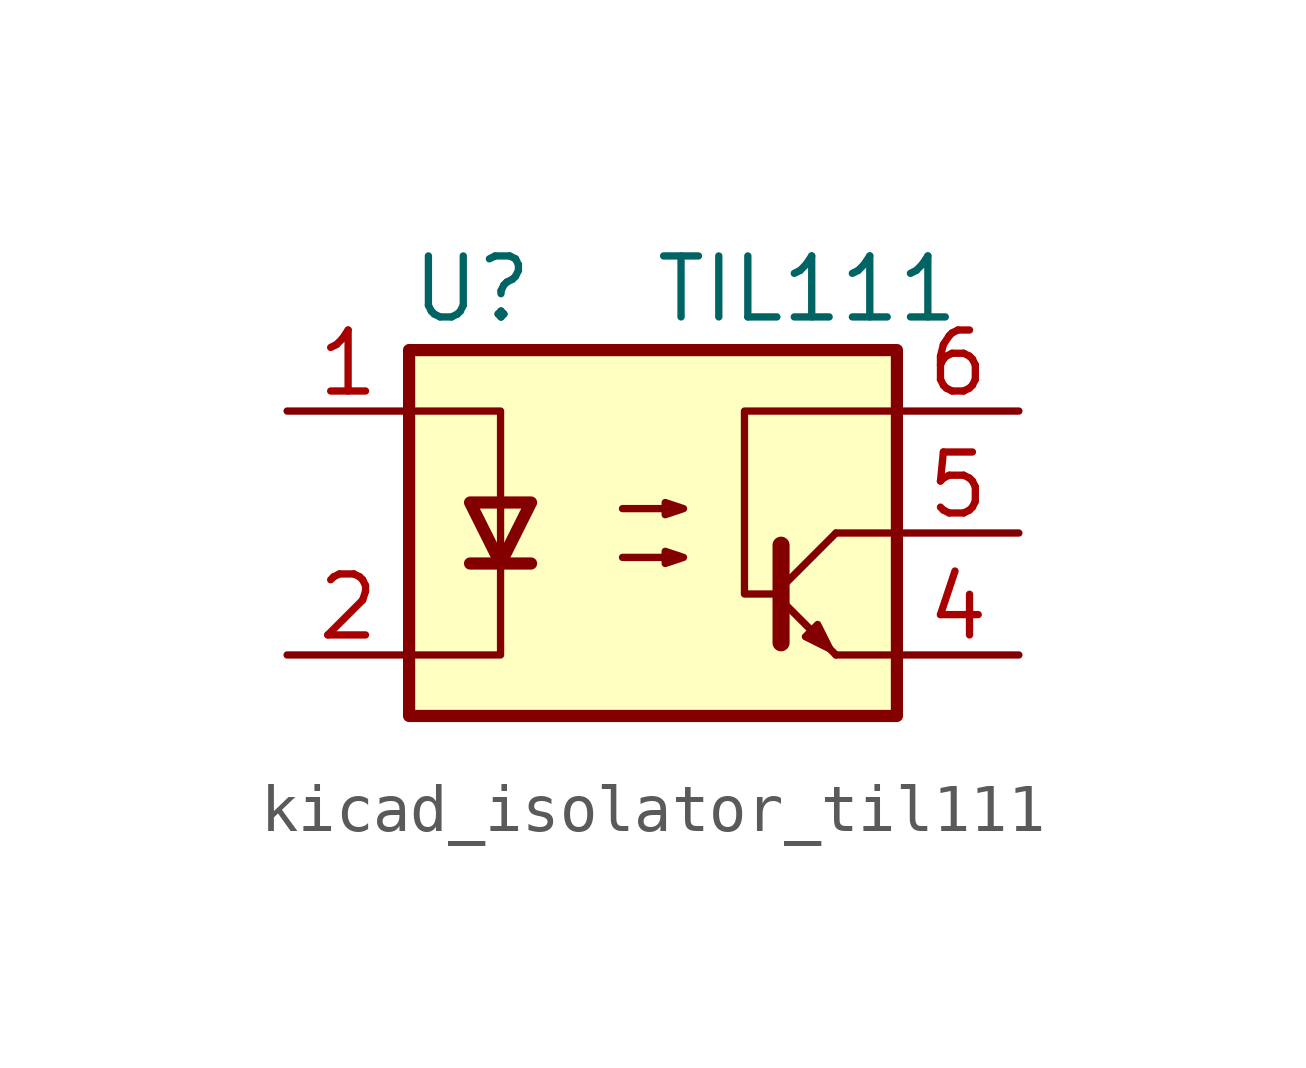
<source format=kicad_sym>
(kicad_symbol_lib
  (version 20220914)
  (generator kicad_symbol_editor)
  (symbol "kicad_isolator_til111"
    (pin_names
      (offset 1.016))
    (property "Reference" "U"
      (at -5.08 5.08 0)
      (effects (font (size 1.27 1.27)) (justify left)))
    (property "Value" "TIL111"
      (at 0 5.08 0)
      (effects (font (size 1.27 1.27)) (justify left)))
    (symbol "kicad_isolator_til111_0_1"
      (rectangle (start -5.08 3.81) (end 5.08 -3.81) (stroke (width 0.254) (type default)) (fill (type background)))
      (polyline (pts (xy -3.81 -0.635) (xy -2.54 -0.635)) (stroke (width 0.254) (type default)) (fill (type none)))
      (polyline (pts (xy 2.667 -1.397) (xy 3.81 -2.54)) (stroke (width 0) (type default)) (fill (type none)))
      (polyline (pts (xy 2.667 -1.143) (xy 3.81 0)) (stroke (width 0) (type default)) (fill (type none)))
      (polyline (pts (xy 3.81 -2.54) (xy 5.08 -2.54)) (stroke (width 0) (type default)) (fill (type none)))
      (polyline (pts (xy 3.81 0) (xy 5.08 0)) (stroke (width 0) (type default)) (fill (type none)))
      (polyline (pts (xy 2.667 -0.254) (xy 2.667 -2.286) (xy 2.667 -2.286)) (stroke (width 0.356) (type default)) (fill (type none)))
      (polyline (pts (xy -5.08 -2.54) (xy -3.175 -2.54) (xy -3.175 2.54) (xy -5.08 2.54)) (stroke (width 0) (type default)) (fill (type none)))
      (polyline (pts (xy -3.175 -0.635) (xy -3.81 0.635) (xy -2.54 0.635) (xy -3.175 -0.635)) (stroke (width 0.254) (type default)) (fill (type none)))
      (polyline (pts (xy 3.683 -2.413) (xy 3.429 -1.905) (xy 3.175 -2.159) (xy 3.683 -2.413)) (stroke (width 0) (type default)) (fill (type none)))
      (polyline (pts (xy 5.08 2.54) (xy 1.905 2.54) (xy 1.905 -1.27) (xy 2.54 -1.27)) (stroke (width 0) (type default)) (fill (type none)))
      (polyline (pts (xy -0.635 -0.508) (xy 0.635 -0.508) (xy 0.254 -0.635) (xy 0.254 -0.381) (xy 0.635 -0.508)) (stroke (width 0) (type default)) (fill (type none)))
      (polyline (pts (xy -0.635 0.508) (xy 0.635 0.508) (xy 0.254 0.381) (xy 0.254 0.635) (xy 0.635 0.508)) (stroke (width 0) (type default)) (fill (type none))))
    (symbol "kicad_isolator_til111_1_1"
      (pin passive line (at -7.62 2.54 0) (length 2.54) (name "~" (effects (font (size 1.27 1.27)))) (number "1" (effects (font (size 1.27 1.27)))))
      (pin passive line (at -7.62 -2.54 0) (length 2.54) (name "~" (effects (font (size 1.27 1.27)))) (number "2" (effects (font (size 1.27 1.27)))))
      (pin no_connect line (at -5.08 0 0) (length 2.54) hide (name "NC" (effects (font (size 1.27 1.27)))) (number "3" (effects (font (size 1.27 1.27)))))
      (pin passive line (at 7.62 -2.54 180) (length 2.54) (name "~" (effects (font (size 1.27 1.27)))) (number "4" (effects (font (size 1.27 1.27)))))
      (pin passive line (at 7.62 0 180) (length 2.54) (name "~" (effects (font (size 1.27 1.27)))) (number "5" (effects (font (size 1.27 1.27)))))
      (pin passive line (at 7.62 2.54 180) (length 2.54) (name "~" (effects (font (size 1.27 1.27)))) (number "6" (effects (font (size 1.27 1.27))))))))
</source>
